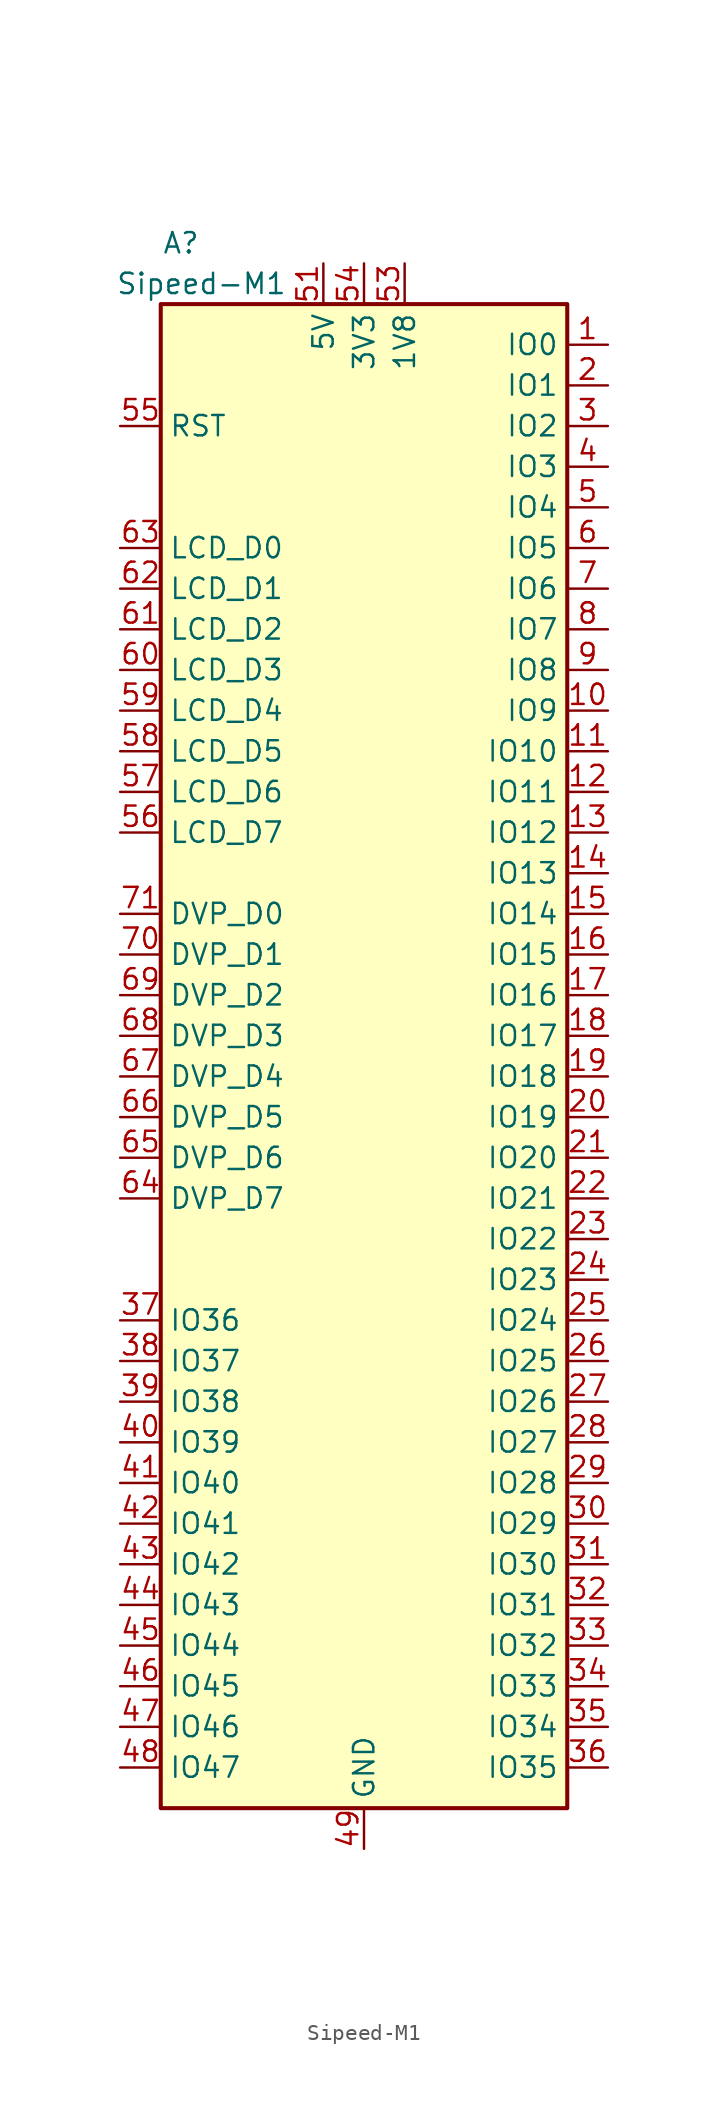
<source format=kicad_sym>
(kicad_symbol_lib
  (version 20211014)
  (generator kicad_symbol_editor)
  (symbol "Sipeed-M1"
    (property "Reference" "A"
      (at -11.43 52.07 0)
      (effects (font (size 1.27 1.27))))
    (property "Value" "Sipeed-M1"
      (at -10.16 49.53 0)
      (effects (font (size 1.27 1.27))))
    (symbol "Sipeed-M1_0_1"
      (rectangle (start 12.7 -45.72) (end -12.7 48.26) (stroke (width 0.254) (type default) (color 0 0 0 0)) (fill (type background))))
    (symbol "Sipeed-M1_1_1"
      (pin bidirectional line (at 15.24 45.72 180) (length 2.54) (name "IO0" (effects (font (size 1.27 1.27)))) (number "1" (effects (font (size 1.27 1.27)))))
      (pin bidirectional line (at 15.24 22.86 180) (length 2.54) (name "IO9" (effects (font (size 1.27 1.27)))) (number "10" (effects (font (size 1.27 1.27)))))
      (pin bidirectional line (at 15.24 20.32 180) (length 2.54) (name "IO10" (effects (font (size 1.27 1.27)))) (number "11" (effects (font (size 1.27 1.27)))))
      (pin bidirectional line (at 15.24 17.78 180) (length 2.54) (name "IO11" (effects (font (size 1.27 1.27)))) (number "12" (effects (font (size 1.27 1.27)))))
      (pin bidirectional line (at 15.24 15.24 180) (length 2.54) (name "IO12" (effects (font (size 1.27 1.27)))) (number "13" (effects (font (size 1.27 1.27)))))
      (pin bidirectional line (at 15.24 12.7 180) (length 2.54) (name "IO13" (effects (font (size 1.27 1.27)))) (number "14" (effects (font (size 1.27 1.27)))))
      (pin bidirectional line (at 15.24 10.16 180) (length 2.54) (name "IO14" (effects (font (size 1.27 1.27)))) (number "15" (effects (font (size 1.27 1.27)))))
      (pin bidirectional line (at 15.24 7.62 180) (length 2.54) (name "IO15" (effects (font (size 1.27 1.27)))) (number "16" (effects (font (size 1.27 1.27)))))
      (pin bidirectional line (at 15.24 5.08 180) (length 2.54) (name "IO16" (effects (font (size 1.27 1.27)))) (number "17" (effects (font (size 1.27 1.27)))))
      (pin bidirectional line (at 15.24 2.54 180) (length 2.54) (name "IO17" (effects (font (size 1.27 1.27)))) (number "18" (effects (font (size 1.27 1.27)))))
      (pin bidirectional line (at 15.24 0 180) (length 2.54) (name "IO18" (effects (font (size 1.27 1.27)))) (number "19" (effects (font (size 1.27 1.27)))))
      (pin bidirectional line (at 15.24 43.18 180) (length 2.54) (name "IO1" (effects (font (size 1.27 1.27)))) (number "2" (effects (font (size 1.27 1.27)))))
      (pin bidirectional line (at 15.24 -2.54 180) (length 2.54) (name "IO19" (effects (font (size 1.27 1.27)))) (number "20" (effects (font (size 1.27 1.27)))))
      (pin bidirectional line (at 15.24 -5.08 180) (length 2.54) (name "IO20" (effects (font (size 1.27 1.27)))) (number "21" (effects (font (size 1.27 1.27)))))
      (pin bidirectional line (at 15.24 -7.62 180) (length 2.54) (name "IO21" (effects (font (size 1.27 1.27)))) (number "22" (effects (font (size 1.27 1.27)))))
      (pin bidirectional line (at 15.24 -10.16 180) (length 2.54) (name "IO22" (effects (font (size 1.27 1.27)))) (number "23" (effects (font (size 1.27 1.27)))))
      (pin bidirectional line (at 15.24 -12.7 180) (length 2.54) (name "IO23" (effects (font (size 1.27 1.27)))) (number "24" (effects (font (size 1.27 1.27)))))
      (pin bidirectional line (at 15.24 -15.24 180) (length 2.54) (name "IO24" (effects (font (size 1.27 1.27)))) (number "25" (effects (font (size 1.27 1.27)))))
      (pin bidirectional line (at 15.24 -17.78 180) (length 2.54) (name "IO25" (effects (font (size 1.27 1.27)))) (number "26" (effects (font (size 1.27 1.27)))))
      (pin bidirectional line (at 15.24 -20.32 180) (length 2.54) (name "IO26" (effects (font (size 1.27 1.27)))) (number "27" (effects (font (size 1.27 1.27)))))
      (pin bidirectional line (at 15.24 -22.86 180) (length 2.54) (name "IO27" (effects (font (size 1.27 1.27)))) (number "28" (effects (font (size 1.27 1.27)))))
      (pin bidirectional line (at 15.24 -25.4 180) (length 2.54) (name "IO28" (effects (font (size 1.27 1.27)))) (number "29" (effects (font (size 1.27 1.27)))))
      (pin bidirectional line (at 15.24 40.64 180) (length 2.54) (name "IO2" (effects (font (size 1.27 1.27)))) (number "3" (effects (font (size 1.27 1.27)))))
      (pin bidirectional line (at 15.24 -27.94 180) (length 2.54) (name "IO29" (effects (font (size 1.27 1.27)))) (number "30" (effects (font (size 1.27 1.27)))))
      (pin bidirectional line (at 15.24 -30.48 180) (length 2.54) (name "IO30" (effects (font (size 1.27 1.27)))) (number "31" (effects (font (size 1.27 1.27)))))
      (pin bidirectional line (at 15.24 -33.02 180) (length 2.54) (name "IO31" (effects (font (size 1.27 1.27)))) (number "32" (effects (font (size 1.27 1.27)))))
      (pin bidirectional line (at 15.24 -35.56 180) (length 2.54) (name "IO32" (effects (font (size 1.27 1.27)))) (number "33" (effects (font (size 1.27 1.27)))))
      (pin bidirectional line (at 15.24 -38.1 180) (length 2.54) (name "IO33" (effects (font (size 1.27 1.27)))) (number "34" (effects (font (size 1.27 1.27)))))
      (pin bidirectional line (at 15.24 -40.64 180) (length 2.54) (name "IO34" (effects (font (size 1.27 1.27)))) (number "35" (effects (font (size 1.27 1.27)))))
      (pin bidirectional line (at 15.24 -43.18 180) (length 2.54) (name "IO35" (effects (font (size 1.27 1.27)))) (number "36" (effects (font (size 1.27 1.27)))))
      (pin bidirectional line (at -15.24 -15.24 0) (length 2.54) (name "IO36" (effects (font (size 1.27 1.27)))) (number "37" (effects (font (size 1.27 1.27)))))
      (pin bidirectional line (at -15.24 -17.78 0) (length 2.54) (name "IO37" (effects (font (size 1.27 1.27)))) (number "38" (effects (font (size 1.27 1.27)))))
      (pin bidirectional line (at -15.24 -20.32 0) (length 2.54) (name "IO38" (effects (font (size 1.27 1.27)))) (number "39" (effects (font (size 1.27 1.27)))))
      (pin bidirectional line (at 15.24 38.1 180) (length 2.54) (name "IO3" (effects (font (size 1.27 1.27)))) (number "4" (effects (font (size 1.27 1.27)))))
      (pin bidirectional line (at -15.24 -22.86 0) (length 2.54) (name "IO39" (effects (font (size 1.27 1.27)))) (number "40" (effects (font (size 1.27 1.27)))))
      (pin bidirectional line (at -15.24 -25.4 0) (length 2.54) (name "IO40" (effects (font (size 1.27 1.27)))) (number "41" (effects (font (size 1.27 1.27)))))
      (pin bidirectional line (at -15.24 -27.94 0) (length 2.54) (name "IO41" (effects (font (size 1.27 1.27)))) (number "42" (effects (font (size 1.27 1.27)))))
      (pin bidirectional line (at -15.24 -30.48 0) (length 2.54) (name "IO42" (effects (font (size 1.27 1.27)))) (number "43" (effects (font (size 1.27 1.27)))))
      (pin bidirectional line (at -15.24 -33.02 0) (length 2.54) (name "IO43" (effects (font (size 1.27 1.27)))) (number "44" (effects (font (size 1.27 1.27)))))
      (pin bidirectional line (at -15.24 -35.56 0) (length 2.54) (name "IO44" (effects (font (size 1.27 1.27)))) (number "45" (effects (font (size 1.27 1.27)))))
      (pin bidirectional line (at -15.24 -38.1 0) (length 2.54) (name "IO45" (effects (font (size 1.27 1.27)))) (number "46" (effects (font (size 1.27 1.27)))))
      (pin bidirectional line (at -15.24 -40.64 0) (length 2.54) (name "IO46" (effects (font (size 1.27 1.27)))) (number "47" (effects (font (size 1.27 1.27)))))
      (pin bidirectional line (at -15.24 -43.18 0) (length 2.54) (name "IO47" (effects (font (size 1.27 1.27)))) (number "48" (effects (font (size 1.27 1.27)))))
      (pin power_in line (at 0 -48.26 90) (length 2.54) (name "GND" (effects (font (size 1.27 1.27)))) (number "49" (effects (font (size 1.27 1.27)))))
      (pin bidirectional line (at 15.24 35.56 180) (length 2.54) (name "IO4" (effects (font (size 1.27 1.27)))) (number "5" (effects (font (size 1.27 1.27)))))
      (pin passive line (at 0 -48.26 90) (length 2.54) hide (name "GND" (effects (font (size 1.27 1.27)))) (number "50" (effects (font (size 1.27 1.27)))))
      (pin power_in line (at -2.54 50.8 270) (length 2.54) (name "5V" (effects (font (size 1.27 1.27)))) (number "51" (effects (font (size 1.27 1.27)))))
      (pin passive line (at -2.54 50.8 270) (length 2.54) hide (name "5V" (effects (font (size 1.27 1.27)))) (number "52" (effects (font (size 1.27 1.27)))))
      (pin power_out line (at 2.54 50.8 270) (length 2.54) (name "1V8" (effects (font (size 1.27 1.27)))) (number "53" (effects (font (size 1.27 1.27)))))
      (pin power_out line (at 0 50.8 270) (length 2.54) (name "3V3" (effects (font (size 1.27 1.27)))) (number "54" (effects (font (size 1.27 1.27)))))
      (pin input line (at -15.24 40.64 0) (length 2.54) (name "RST" (effects (font (size 1.27 1.27)))) (number "55" (effects (font (size 1.27 1.27)))))
      (pin bidirectional line (at -15.24 15.24 0) (length 2.54) (name "LCD_D7" (effects (font (size 1.27 1.27)))) (number "56" (effects (font (size 1.27 1.27)))))
      (pin bidirectional line (at -15.24 17.78 0) (length 2.54) (name "LCD_D6" (effects (font (size 1.27 1.27)))) (number "57" (effects (font (size 1.27 1.27)))))
      (pin bidirectional line (at -15.24 20.32 0) (length 2.54) (name "LCD_D5" (effects (font (size 1.27 1.27)))) (number "58" (effects (font (size 1.27 1.27)))))
      (pin bidirectional line (at -15.24 22.86 0) (length 2.54) (name "LCD_D4" (effects (font (size 1.27 1.27)))) (number "59" (effects (font (size 1.27 1.27)))))
      (pin bidirectional line (at 15.24 33.02 180) (length 2.54) (name "IO5" (effects (font (size 1.27 1.27)))) (number "6" (effects (font (size 1.27 1.27)))))
      (pin bidirectional line (at -15.24 25.4 0) (length 2.54) (name "LCD_D3" (effects (font (size 1.27 1.27)))) (number "60" (effects (font (size 1.27 1.27)))))
      (pin bidirectional line (at -15.24 27.94 0) (length 2.54) (name "LCD_D2" (effects (font (size 1.27 1.27)))) (number "61" (effects (font (size 1.27 1.27)))))
      (pin bidirectional line (at -15.24 30.48 0) (length 2.54) (name "LCD_D1" (effects (font (size 1.27 1.27)))) (number "62" (effects (font (size 1.27 1.27)))))
      (pin bidirectional line (at -15.24 33.02 0) (length 2.54) (name "LCD_D0" (effects (font (size 1.27 1.27)))) (number "63" (effects (font (size 1.27 1.27)))))
      (pin bidirectional line (at -15.24 -7.62 0) (length 2.54) (name "DVP_D7" (effects (font (size 1.27 1.27)))) (number "64" (effects (font (size 1.27 1.27)))))
      (pin bidirectional line (at -15.24 -5.08 0) (length 2.54) (name "DVP_D6" (effects (font (size 1.27 1.27)))) (number "65" (effects (font (size 1.27 1.27)))))
      (pin bidirectional line (at -15.24 -2.54 0) (length 2.54) (name "DVP_D5" (effects (font (size 1.27 1.27)))) (number "66" (effects (font (size 1.27 1.27)))))
      (pin bidirectional line (at -15.24 0 0) (length 2.54) (name "DVP_D4" (effects (font (size 1.27 1.27)))) (number "67" (effects (font (size 1.27 1.27)))))
      (pin bidirectional line (at -15.24 2.54 0) (length 2.54) (name "DVP_D3" (effects (font (size 1.27 1.27)))) (number "68" (effects (font (size 1.27 1.27)))))
      (pin bidirectional line (at -15.24 5.08 0) (length 2.54) (name "DVP_D2" (effects (font (size 1.27 1.27)))) (number "69" (effects (font (size 1.27 1.27)))))
      (pin bidirectional line (at 15.24 30.48 180) (length 2.54) (name "IO6" (effects (font (size 1.27 1.27)))) (number "7" (effects (font (size 1.27 1.27)))))
      (pin bidirectional line (at -15.24 7.62 0) (length 2.54) (name "DVP_D1" (effects (font (size 1.27 1.27)))) (number "70" (effects (font (size 1.27 1.27)))))
      (pin bidirectional line (at -15.24 10.16 0) (length 2.54) (name "DVP_D0" (effects (font (size 1.27 1.27)))) (number "71" (effects (font (size 1.27 1.27)))))
      (pin passive line (at 0 -48.26 90) (length 2.54) hide (name "GND" (effects (font (size 1.27 1.27)))) (number "72" (effects (font (size 1.27 1.27)))))
      (pin passive line (at 0 -48.26 90) (length 2.54) hide (name "GND" (effects (font (size 1.27 1.27)))) (number "73" (effects (font (size 1.27 1.27)))))
      (pin passive line (at 0 -48.26 90) (length 2.54) hide (name "GND" (effects (font (size 1.27 1.27)))) (number "74" (effects (font (size 1.27 1.27)))))
      (pin passive line (at 0 -48.26 90) (length 2.54) hide (name "GND" (effects (font (size 1.27 1.27)))) (number "75" (effects (font (size 1.27 1.27)))))
      (pin passive line (at 0 -48.26 90) (length 2.54) hide (name "GND" (effects (font (size 1.27 1.27)))) (number "76" (effects (font (size 1.27 1.27)))))
      (pin passive line (at 0 -48.26 90) (length 2.54) hide (name "GND" (effects (font (size 1.27 1.27)))) (number "77" (effects (font (size 1.27 1.27)))))
      (pin bidirectional line (at 15.24 27.94 180) (length 2.54) (name "IO7" (effects (font (size 1.27 1.27)))) (number "8" (effects (font (size 1.27 1.27)))))
      (pin bidirectional line (at 15.24 25.4 180) (length 2.54) (name "IO8" (effects (font (size 1.27 1.27)))) (number "9" (effects (font (size 1.27 1.27))))))))
</source>
